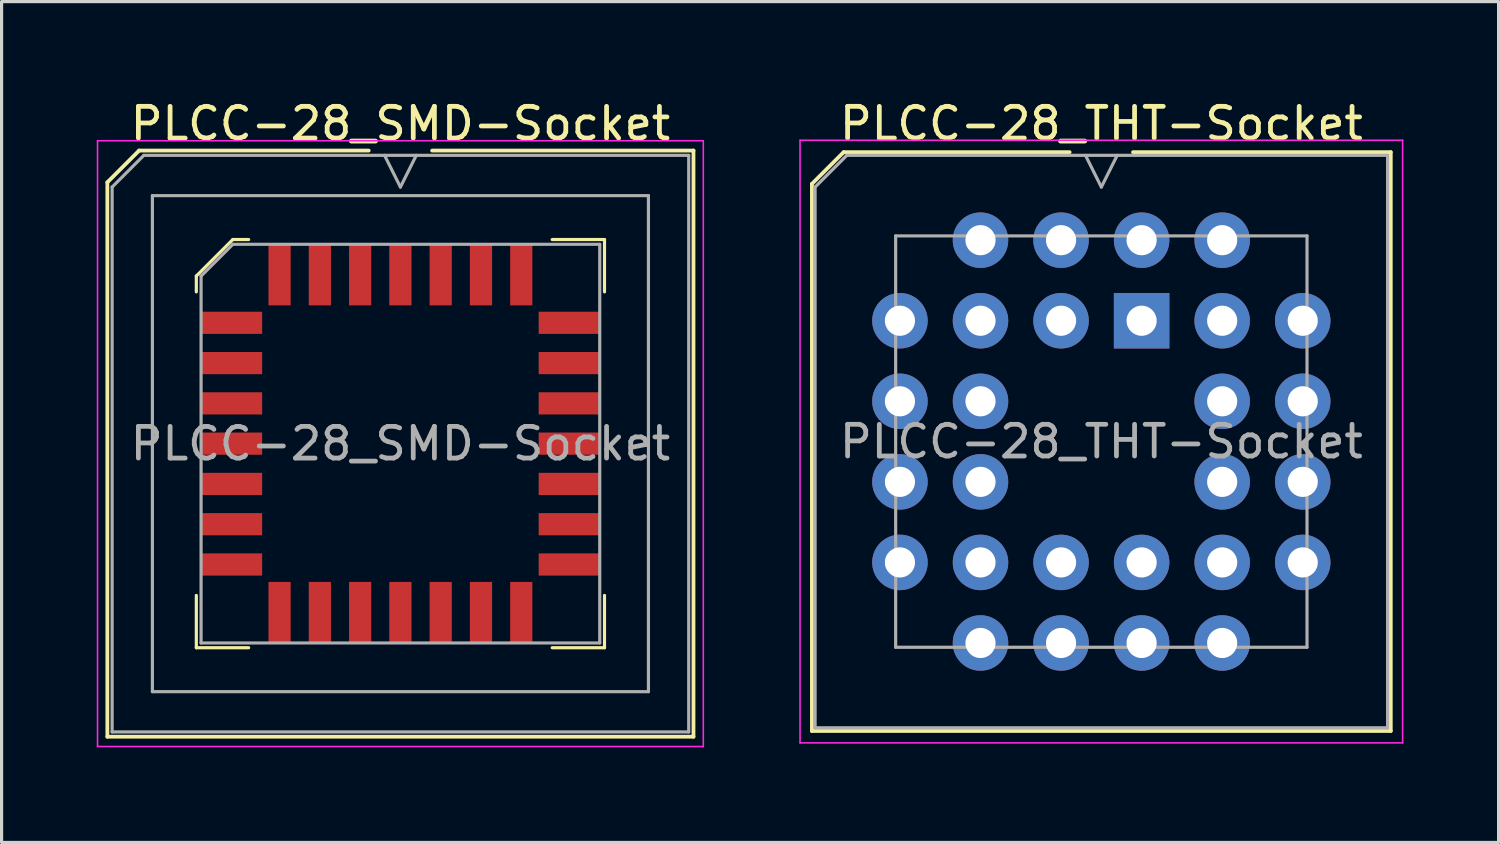
<source format=kicad_pcb>
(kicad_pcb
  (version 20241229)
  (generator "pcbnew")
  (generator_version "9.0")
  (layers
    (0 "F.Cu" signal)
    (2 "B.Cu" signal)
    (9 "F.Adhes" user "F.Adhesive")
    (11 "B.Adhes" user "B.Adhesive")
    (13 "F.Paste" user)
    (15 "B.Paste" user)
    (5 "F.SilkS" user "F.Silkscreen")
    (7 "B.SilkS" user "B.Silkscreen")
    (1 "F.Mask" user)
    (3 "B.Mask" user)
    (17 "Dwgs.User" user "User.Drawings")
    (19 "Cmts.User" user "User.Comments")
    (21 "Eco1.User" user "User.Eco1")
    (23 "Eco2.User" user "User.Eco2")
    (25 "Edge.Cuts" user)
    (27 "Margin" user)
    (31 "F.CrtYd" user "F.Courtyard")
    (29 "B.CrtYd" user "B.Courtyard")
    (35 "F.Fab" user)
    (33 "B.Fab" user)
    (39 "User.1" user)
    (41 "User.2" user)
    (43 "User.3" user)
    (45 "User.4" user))
  (footprint "PLCC-28_THT-Socket"
    (layer "F.Cu")
    (at 32.945 7.063)
    (property "Reference" "PLCC-28_THT-Socket" (at -1.27 -6.215 0) (layer "F.SilkS") (effects (font (size 1 1) (thickness 0.15))))
    (attr through_hole)
    (fp_line (start -10.395 -4.315) (end -10.395 12.935) (stroke (width 0.12) (type solid)) (layer "F.SilkS"))
    (fp_line (start -10.395 12.935) (end 7.855 12.935) (stroke (width 0.12) (type solid)) (layer "F.SilkS"))
    (fp_line (start -9.395 -5.315) (end -10.395 -4.315) (stroke (width 0.12) (type solid)) (layer "F.SilkS"))
    (fp_line (start -2.27 -5.315) (end -9.395 -5.315) (stroke (width 0.12) (type solid)) (layer "F.SilkS"))
    (fp_line (start 7.855 -5.315) (end -0.27 -5.315) (stroke (width 0.12) (type solid)) (layer "F.SilkS"))
    (fp_line (start 7.855 12.935) (end 7.855 -5.315) (stroke (width 0.12) (type solid)) (layer "F.SilkS"))
    (fp_line (start -10.77 -5.69) (end -10.77 13.31) (stroke (width 0.05) (type solid)) (layer "F.CrtYd"))
    (fp_line (start -10.77 13.31) (end 8.23 13.31) (stroke (width 0.05) (type solid)) (layer "F.CrtYd"))
    (fp_line (start 8.23 -5.69) (end -10.77 -5.69) (stroke (width 0.05) (type solid)) (layer "F.CrtYd"))
    (fp_line (start 8.23 13.31) (end 8.23 -5.69) (stroke (width 0.05) (type solid)) (layer "F.CrtYd"))
    (fp_line (start -10.295 -4.215) (end -10.295 12.835) (stroke (width 0.1) (type solid)) (layer "F.Fab"))
    (fp_line (start -10.295 12.835) (end 7.755 12.835) (stroke (width 0.1) (type solid)) (layer "F.Fab"))
    (fp_line (start -9.295 -5.215) (end -10.295 -4.215) (stroke (width 0.1) (type solid)) (layer "F.Fab"))
    (fp_line (start -7.755 -2.675) (end -7.755 10.295) (stroke (width 0.1) (type solid)) (layer "F.Fab"))
    (fp_line (start -7.755 10.295) (end 5.215 10.295) (stroke (width 0.1) (type solid)) (layer "F.Fab"))
    (fp_line (start -1.77 -5.215) (end -1.27 -4.215) (stroke (width 0.1) (type solid)) (layer "F.Fab"))
    (fp_line (start -1.27 -4.215) (end -0.77 -5.215) (stroke (width 0.1) (type solid)) (layer "F.Fab"))
    (fp_line (start 5.215 -2.675) (end -7.755 -2.675) (stroke (width 0.1) (type solid)) (layer "F.Fab"))
    (fp_line (start 5.215 10.295) (end 5.215 -2.675) (stroke (width 0.1) (type solid)) (layer "F.Fab"))
    (fp_line (start 7.755 -5.215) (end -9.295 -5.215) (stroke (width 0.1) (type solid)) (layer "F.Fab"))
    (fp_line (start 7.755 12.835) (end 7.755 -5.215) (stroke (width 0.1) (type solid)) (layer "F.Fab"))
    (fp_text user "${REFERENCE}" (at -1.27 3.81 0) (layer "F.Fab") (effects (font (size 1 1) (thickness 0.15))))
    (pad "1" thru_hole rect (at 0 0) (size 1.75 1.75) (drill 0.95) (layers "*.Cu" "*.Mask"))
    (pad "2" thru_hole circle (at -2.54 -2.54) (size 1.75 1.75) (drill 0.95) (layers "*.Cu" "*.Mask"))
    (pad "3" thru_hole circle (at -2.54 0) (size 1.75 1.75) (drill 0.95) (layers "*.Cu" "*.Mask"))
    (pad "4" thru_hole circle (at -5.08 -2.54) (size 1.75 1.75) (drill 0.95) (layers "*.Cu" "*.Mask"))
    (pad "5" thru_hole circle (at -7.62 0) (size 1.75 1.75) (drill 0.95) (layers "*.Cu" "*.Mask"))
    (pad "6" thru_hole circle (at -5.08 0) (size 1.75 1.75) (drill 0.95) (layers "*.Cu" "*.Mask"))
    (pad "7" thru_hole circle (at -7.62 2.54) (size 1.75 1.75) (drill 0.95) (layers "*.Cu" "*.Mask"))
    (pad "8" thru_hole circle (at -5.08 2.54) (size 1.75 1.75) (drill 0.95) (layers "*.Cu" "*.Mask"))
    (pad "9" thru_hole circle (at -7.62 5.08) (size 1.75 1.75) (drill 0.95) (layers "*.Cu" "*.Mask"))
    (pad "10" thru_hole circle (at -5.08 5.08) (size 1.75 1.75) (drill 0.95) (layers "*.Cu" "*.Mask"))
    (pad "11" thru_hole circle (at -7.62 7.62) (size 1.75 1.75) (drill 0.95) (layers "*.Cu" "*.Mask"))
    (pad "12" thru_hole circle (at -5.08 10.16) (size 1.75 1.75) (drill 0.95) (layers "*.Cu" "*.Mask"))
    (pad "13" thru_hole circle (at -5.08 7.62) (size 1.75 1.75) (drill 0.95) (layers "*.Cu" "*.Mask"))
    (pad "14" thru_hole circle (at -2.54 10.16) (size 1.75 1.75) (drill 0.95) (layers "*.Cu" "*.Mask"))
    (pad "15" thru_hole circle (at -2.54 7.62) (size 1.75 1.75) (drill 0.95) (layers "*.Cu" "*.Mask"))
    (pad "16" thru_hole circle (at 0 10.16) (size 1.75 1.75) (drill 0.95) (layers "*.Cu" "*.Mask"))
    (pad "17" thru_hole circle (at 0 7.62) (size 1.75 1.75) (drill 0.95) (layers "*.Cu" "*.Mask"))
    (pad "18" thru_hole circle (at 2.54 10.16) (size 1.75 1.75) (drill 0.95) (layers "*.Cu" "*.Mask"))
    (pad "19" thru_hole circle (at 5.08 7.62) (size 1.75 1.75) (drill 0.95) (layers "*.Cu" "*.Mask"))
    (pad "20" thru_hole circle (at 2.54 7.62) (size 1.75 1.75) (drill 0.95) (layers "*.Cu" "*.Mask"))
    (pad "21" thru_hole circle (at 5.08 5.08) (size 1.75 1.75) (drill 0.95) (layers "*.Cu" "*.Mask"))
    (pad "22" thru_hole circle (at 2.54 5.08) (size 1.75 1.75) (drill 0.95) (layers "*.Cu" "*.Mask"))
    (pad "23" thru_hole circle (at 5.08 2.54) (size 1.75 1.75) (drill 0.95) (layers "*.Cu" "*.Mask"))
    (pad "24" thru_hole circle (at 2.54 2.54) (size 1.75 1.75) (drill 0.95) (layers "*.Cu" "*.Mask"))
    (pad "25" thru_hole circle (at 5.08 0) (size 1.75 1.75) (drill 0.95) (layers "*.Cu" "*.Mask"))
    (pad "26" thru_hole circle (at 2.54 -2.54) (size 1.75 1.75) (drill 0.95) (layers "*.Cu" "*.Mask"))
    (pad "27" thru_hole circle (at 2.54 0) (size 1.75 1.75) (drill 0.95) (layers "*.Cu" "*.Mask"))
    (pad "28" thru_hole circle (at 0 -2.54) (size 1.75 1.75) (drill 0.95) (layers "*.Cu" "*.Mask")))
  (footprint "PLCC-28_SMD-Socket"
    (layer "F.Cu")
    (at 9.575 10.938)
    (property "Reference" "PLCC-28_SMD-Socket" (at 0 -10.09 0) (layer "F.SilkS") (effects (font (size 1 1) (thickness 0.15))))
    (attr smd)
    (fp_line (start -9.24 -8.24) (end -9.24 9.24) (stroke (width 0.12) (type solid)) (layer "F.SilkS"))
    (fp_line (start -9.24 9.24) (end 9.24 9.24) (stroke (width 0.12) (type solid)) (layer "F.SilkS"))
    (fp_line (start -8.24 -9.24) (end -9.24 -8.24) (stroke (width 0.12) (type solid)) (layer "F.SilkS"))
    (fp_line (start -6.435 -5.285) (end -6.435 -4.785) (stroke (width 0.1) (type solid)) (layer "F.SilkS"))
    (fp_line (start -6.435 6.435) (end -6.435 4.785) (stroke (width 0.1) (type solid)) (layer "F.SilkS"))
    (fp_line (start -5.285 -6.435) (end -6.435 -5.285) (stroke (width 0.1) (type solid)) (layer "F.SilkS"))
    (fp_line (start -4.785 -6.435) (end -5.285 -6.435) (stroke (width 0.1) (type solid)) (layer "F.SilkS"))
    (fp_line (start -4.785 6.435) (end -6.435 6.435) (stroke (width 0.1) (type solid)) (layer "F.SilkS"))
    (fp_line (start -1 -9.24) (end -8.24 -9.24) (stroke (width 0.12) (type solid)) (layer "F.SilkS"))
    (fp_line (start 4.785 -6.435) (end 6.435 -6.435) (stroke (width 0.1) (type solid)) (layer "F.SilkS"))
    (fp_line (start 4.785 6.435) (end 6.435 6.435) (stroke (width 0.1) (type solid)) (layer "F.SilkS"))
    (fp_line (start 6.435 -6.435) (end 6.435 -4.785) (stroke (width 0.1) (type solid)) (layer "F.SilkS"))
    (fp_line (start 6.435 6.435) (end 6.435 4.785) (stroke (width 0.1) (type solid)) (layer "F.SilkS"))
    (fp_line (start 9.24 -9.24) (end 1 -9.24) (stroke (width 0.12) (type solid)) (layer "F.SilkS"))
    (fp_line (start 9.24 9.24) (end 9.24 -9.24) (stroke (width 0.12) (type solid)) (layer "F.SilkS"))
    (fp_line (start -9.55 -9.55) (end -9.55 9.55) (stroke (width 0.05) (type solid)) (layer "F.CrtYd"))
    (fp_line (start -9.55 9.55) (end 9.55 9.55) (stroke (width 0.05) (type solid)) (layer "F.CrtYd"))
    (fp_line (start 9.55 -9.55) (end -9.55 -9.55) (stroke (width 0.05) (type solid)) (layer "F.CrtYd"))
    (fp_line (start 9.55 9.55) (end 9.55 -9.55) (stroke (width 0.05) (type solid)) (layer "F.CrtYd"))
    (fp_line (start -9.09 -8.09) (end -9.09 9.09) (stroke (width 0.1) (type solid)) (layer "F.Fab"))
    (fp_line (start -9.09 9.09) (end 9.09 9.09) (stroke (width 0.1) (type solid)) (layer "F.Fab"))
    (fp_line (start -8.09 -9.09) (end -9.09 -8.09) (stroke (width 0.1) (type solid)) (layer "F.Fab"))
    (fp_line (start -7.82 -7.82) (end -7.82 7.82) (stroke (width 0.1) (type solid)) (layer "F.Fab"))
    (fp_line (start -7.82 7.82) (end 7.82 7.82) (stroke (width 0.1) (type solid)) (layer "F.Fab"))
    (fp_line (start -6.285 -5.285) (end -6.285 6.285) (stroke (width 0.1) (type solid)) (layer "F.Fab"))
    (fp_line (start -6.285 6.285) (end 6.285 6.285) (stroke (width 0.1) (type solid)) (layer "F.Fab"))
    (fp_line (start -5.285 -6.285) (end -6.285 -5.285) (stroke (width 0.1) (type solid)) (layer "F.Fab"))
    (fp_line (start -0.5 -9.09) (end 0 -8.09) (stroke (width 0.1) (type solid)) (layer "F.Fab"))
    (fp_line (start 0 -8.09) (end 0.5 -9.09) (stroke (width 0.1) (type solid)) (layer "F.Fab"))
    (fp_line (start 6.285 -6.285) (end -5.285 -6.285) (stroke (width 0.1) (type solid)) (layer "F.Fab"))
    (fp_line (start 6.285 6.285) (end 6.285 -6.285) (stroke (width 0.1) (type solid)) (layer "F.Fab"))
    (fp_line (start 7.82 -7.82) (end -7.82 -7.82) (stroke (width 0.1) (type solid)) (layer "F.Fab"))
    (fp_line (start 7.82 7.82) (end 7.82 -7.82) (stroke (width 0.1) (type solid)) (layer "F.Fab"))
    (fp_line (start 9.09 -9.09) (end -8.09 -9.09) (stroke (width 0.1) (type solid)) (layer "F.Fab"))
    (fp_line (start 9.09 9.09) (end 9.09 -9.09) (stroke (width 0.1) (type solid)) (layer "F.Fab"))
    (fp_text user "${REFERENCE}" (at 0 0 0) (layer "F.Fab") (effects (font (size 1 1) (thickness 0.15))))
    (pad "1" smd rect (at 0 -5.322) (size 0.7 1.925) (layers "F.Cu" "F.Mask" "F.Paste"))
    (pad "2" smd rect (at -1.27 -5.322) (size 0.7 1.925) (layers "F.Cu" "F.Mask" "F.Paste"))
    (pad "3" smd rect (at -2.54 -5.322) (size 0.7 1.925) (layers "F.Cu" "F.Mask" "F.Paste"))
    (pad "4" smd rect (at -3.81 -5.322) (size 0.7 1.925) (layers "F.Cu" "F.Mask" "F.Paste"))
    (pad "5" smd rect (at -5.322 -3.81) (size 1.925 0.7) (layers "F.Cu" "F.Mask" "F.Paste"))
    (pad "6" smd rect (at -5.322 -2.54) (size 1.925 0.7) (layers "F.Cu" "F.Mask" "F.Paste"))
    (pad "7" smd rect (at -5.322 -1.27) (size 1.925 0.7) (layers "F.Cu" "F.Mask" "F.Paste"))
    (pad "8" smd rect (at -5.322 0) (size 1.925 0.7) (layers "F.Cu" "F.Mask" "F.Paste"))
    (pad "9" smd rect (at -5.322 1.27) (size 1.925 0.7) (layers "F.Cu" "F.Mask" "F.Paste"))
    (pad "10" smd rect (at -5.322 2.54) (size 1.925 0.7) (layers "F.Cu" "F.Mask" "F.Paste"))
    (pad "11" smd rect (at -5.322 3.81) (size 1.925 0.7) (layers "F.Cu" "F.Mask" "F.Paste"))
    (pad "12" smd rect (at -3.81 5.322) (size 0.7 1.925) (layers "F.Cu" "F.Mask" "F.Paste"))
    (pad "13" smd rect (at -2.54 5.322) (size 0.7 1.925) (layers "F.Cu" "F.Mask" "F.Paste"))
    (pad "14" smd rect (at -1.27 5.322) (size 0.7 1.925) (layers "F.Cu" "F.Mask" "F.Paste"))
    (pad "15" smd rect (at 0 5.322) (size 0.7 1.925) (layers "F.Cu" "F.Mask" "F.Paste"))
    (pad "16" smd rect (at 1.27 5.322) (size 0.7 1.925) (layers "F.Cu" "F.Mask" "F.Paste"))
    (pad "17" smd rect (at 2.54 5.322) (size 0.7 1.925) (layers "F.Cu" "F.Mask" "F.Paste"))
    (pad "18" smd rect (at 3.81 5.322) (size 0.7 1.925) (layers "F.Cu" "F.Mask" "F.Paste"))
    (pad "19" smd rect (at 5.322 3.81) (size 1.925 0.7) (layers "F.Cu" "F.Mask" "F.Paste"))
    (pad "20" smd rect (at 5.322 2.54) (size 1.925 0.7) (layers "F.Cu" "F.Mask" "F.Paste"))
    (pad "21" smd rect (at 5.322 1.27) (size 1.925 0.7) (layers "F.Cu" "F.Mask" "F.Paste"))
    (pad "22" smd rect (at 5.322 0) (size 1.925 0.7) (layers "F.Cu" "F.Mask" "F.Paste"))
    (pad "23" smd rect (at 5.322 -1.27) (size 1.925 0.7) (layers "F.Cu" "F.Mask" "F.Paste"))
    (pad "24" smd rect (at 5.322 -2.54) (size 1.925 0.7) (layers "F.Cu" "F.Mask" "F.Paste"))
    (pad "25" smd rect (at 5.322 -3.81) (size 1.925 0.7) (layers "F.Cu" "F.Mask" "F.Paste"))
    (pad "26" smd rect (at 3.81 -5.322) (size 0.7 1.925) (layers "F.Cu" "F.Mask" "F.Paste"))
    (pad "27" smd rect (at 2.54 -5.322) (size 0.7 1.925) (layers "F.Cu" "F.Mask" "F.Paste"))
    (pad "28" smd rect (at 1.27 -5.322) (size 0.7 1.925) (layers "F.Cu" "F.Mask" "F.Paste")))
  (gr_rect
    (start -3 -3)
    (end 44.2 23.513)
    (stroke (width 0.1) (type default))
    (fill no)
    (layer "Edge.Cuts")))
</source>
